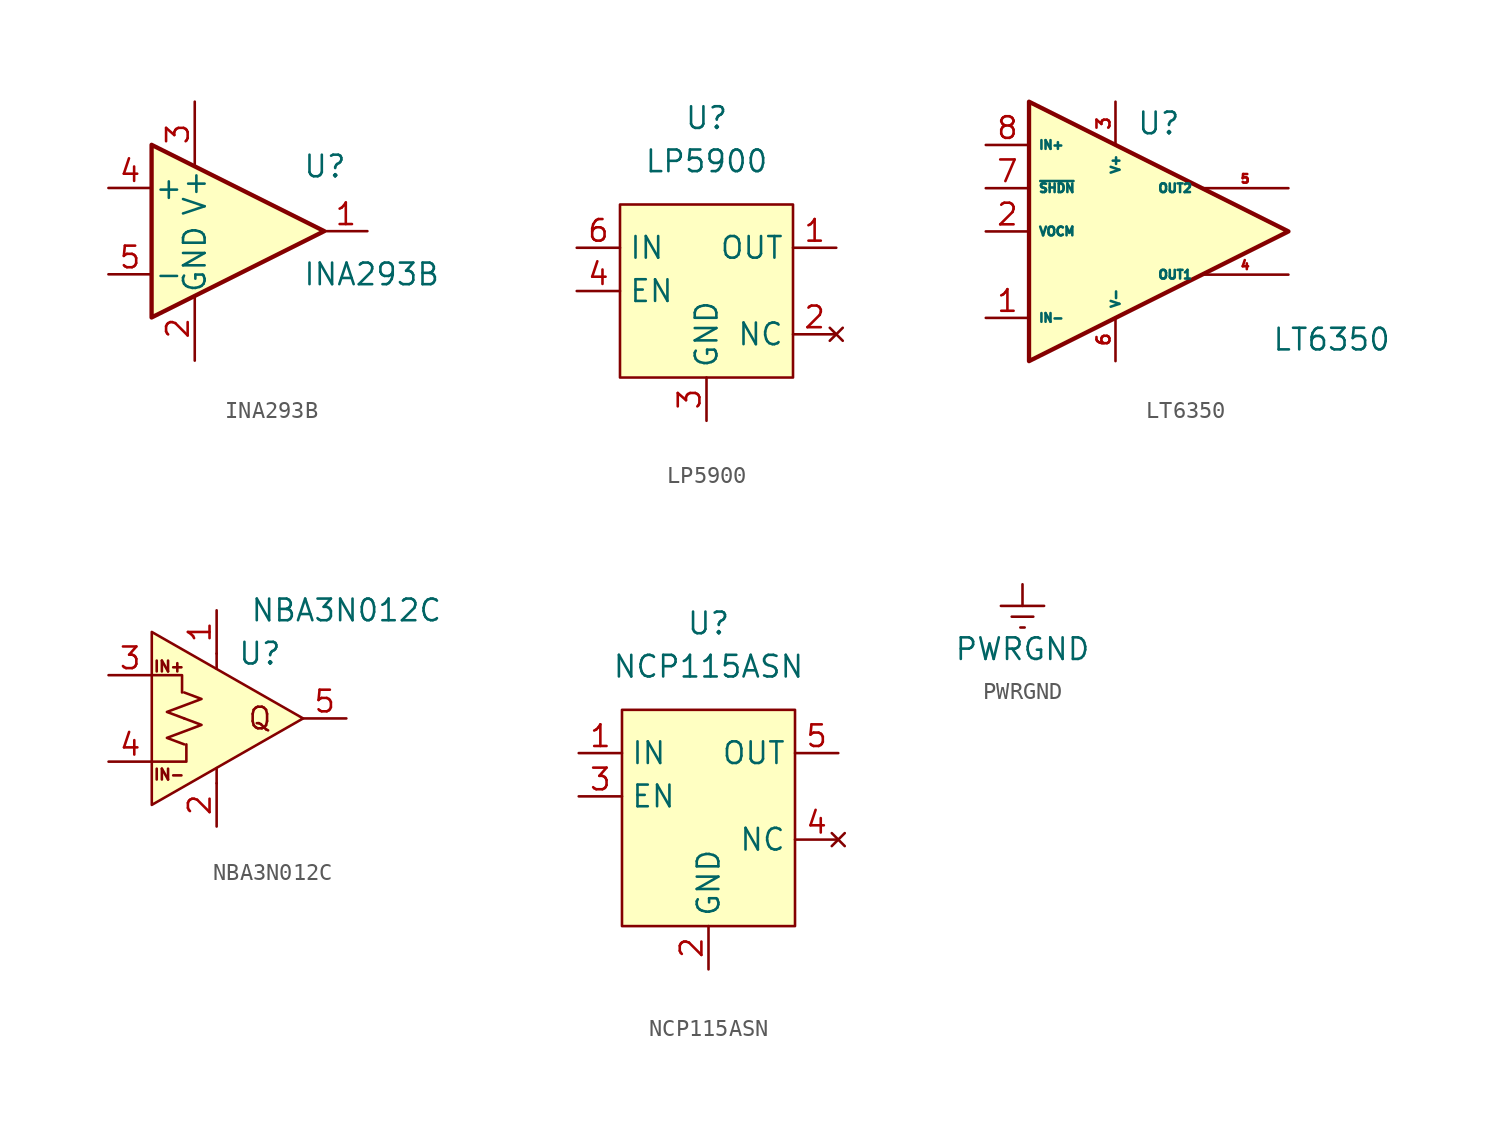
<source format=kicad_sym>
(kicad_symbol_lib
  (version 20211014)
  (generator kicad_symbol_editor)
  (symbol "INA293B"
    (pin_names
      (offset 0.127))
    (property "Reference" "U"
      (at 3.81 3.81 0)
      (effects (font (size 1.27 1.27)) (justify left)))
    (property "Value" "INA293B"
      (at 3.81 -2.54 0)
      (effects (font (size 1.27 1.27)) (justify left)))
    (symbol "INA293B_0_1"
      (polyline (pts (xy 5.08 0) (xy -5.08 5.08) (xy -5.08 -5.08) (xy 5.08 0)) (stroke (width 0.254) (type default) (color 0 0 0 0)) (fill (type background))))
    (symbol "INA293B_1_1"
      (pin output line (at 7.62 0 180) (length 2.54) (name "~" (effects (font (size 1.27 1.27)))) (number "1" (effects (font (size 1.27 1.27)))))
      (pin power_in line (at -2.54 -7.62 90) (length 3.81) (name "GND" (effects (font (size 1.27 1.27)))) (number "2" (effects (font (size 1.27 1.27)))))
      (pin power_in line (at -2.54 7.62 270) (length 3.81) (name "V+" (effects (font (size 1.27 1.27)))) (number "3" (effects (font (size 1.27 1.27)))))
      (pin input line (at -7.62 2.54 0) (length 2.54) (name "+" (effects (font (size 1.27 1.27)))) (number "4" (effects (font (size 1.27 1.27)))))
      (pin input line (at -7.62 -2.54 0) (length 2.54) (name "-" (effects (font (size 1.27 1.27)))) (number "5" (effects (font (size 1.27 1.27)))))))
  (symbol "LP5900"
    (property "Reference" "U"
      (at 0 5.08 0)
      (effects (font (size 1.27 1.27))))
    (property "Value" "LP5900"
      (at 0 2.54 0)
      (effects (font (size 1.27 1.27))))
    (symbol "LP5900_0_1"
      (rectangle (start -5.08 0) (end 5.08 -10.16) (stroke (width 0) (type default) (color 0 0 0 0)) (fill (type background))))
    (symbol "LP5900_1_1"
      (pin power_out line (at 7.62 -2.54 180) (length 2.54) (name "OUT" (effects (font (size 1.27 1.27)))) (number "1" (effects (font (size 1.27 1.27)))))
      (pin no_connect line (at 7.62 -7.62 180) (length 2.54) (name "NC" (effects (font (size 1.27 1.27)))) (number "2" (effects (font (size 1.27 1.27)))))
      (pin input line (at 0 -12.7 90) (length 2.54) (name "GND" (effects (font (size 1.27 1.27)))) (number "3" (effects (font (size 1.27 1.27)))))
      (pin input line (at -7.62 -5.08 0) (length 2.54) (name "EN" (effects (font (size 1.27 1.27)))) (number "4" (effects (font (size 1.27 1.27)))))
      (pin no_connect line (at 7.62 -7.62 180) (length 2.54) hide (name "NC" (effects (font (size 1.27 1.27)))) (number "5" (effects (font (size 1.27 1.27)))))
      (pin power_in line (at -7.62 -2.54 0) (length 2.54) (name "IN" (effects (font (size 1.27 1.27)))) (number "6" (effects (font (size 1.27 1.27)))))
      (pin input line (at 0 -12.7 90) (length 2.54) hide (name "GND" (effects (font (size 1.27 1.27)))) (number "7" (effects (font (size 1.27 1.27)))))))
  (symbol "LT6350"
    (property "Reference" "U"
      (at 0 6.35 0)
      (effects (font (size 1.27 1.27))))
    (property "Value" "LT6350"
      (at 10.16 -6.35 0)
      (effects (font (size 1.27 1.27))))
    (symbol "LT6350_1_1"
      (polyline (pts (xy -7.62 7.62) (xy -7.62 -7.62) (xy 7.62 0) (xy -7.62 7.62)) (stroke (width 0.254) (type default) (color 0 0 0 0)) (fill (type background)))
      (pin input line (at -10.16 -5.08 0) (length 2.54) (name "IN-" (effects (font (size 0.508 0.508)))) (number "1" (effects (font (size 1.27 1.27)))))
      (pin input line (at -10.16 0 0) (length 2.54) (name "VOCM" (effects (font (size 0.508 0.508)))) (number "2" (effects (font (size 1.27 1.27)))))
      (pin power_in line (at -2.54 7.62 270) (length 2.54) (name "V+" (effects (font (size 0.508 0.508)))) (number "3" (effects (font (size 0.762 0.762)))))
      (pin output line (at 7.62 -2.54 180) (length 5.08) (name "OUT1" (effects (font (size 0.508 0.508)))) (number "4" (effects (font (size 0.508 0.508)))))
      (pin output line (at 7.62 2.54 180) (length 5.08) (name "OUT2" (effects (font (size 0.508 0.508)))) (number "5" (effects (font (size 0.508 0.508)))))
      (pin input line (at -2.54 -7.62 90) (length 2.54) (name "V-" (effects (font (size 0.508 0.508)))) (number "6" (effects (font (size 0.762 0.762)))))
      (pin input line (at -10.16 2.54 0) (length 2.54) (name "~{SHDN}" (effects (font (size 0.508 0.508)))) (number "7" (effects (font (size 1.27 1.27)))))
      (pin input line (at -10.16 5.08 0) (length 2.54) (name "IN+" (effects (font (size 0.508 0.508)))) (number "8" (effects (font (size 1.27 1.27)))))
      (pin input line (at -2.54 -7.62 90) (length 2.54) hide (name "EP" (effects (font (size 0.508 0.508)))) (number "9" (effects (font (size 0.762 0.762)))))))
  (symbol "NBA3N012C"
    (property "Reference" "U"
      (at 2.54 2.54 0)
      (effects (font (size 1.27 1.27))))
    (property "Value" "NBA3N012C"
      (at 7.62 5.08 0)
      (effects (font (size 1.27 1.27))))
    (symbol "NBA3N012C_0_0"
      (polyline (pts (xy 0 -5.08) (xy 0 -4.191)) (stroke (width 0) (type default) (color 0 0 0 0)) (fill (type none)))
      (polyline (pts (xy 0 2.54) (xy 0 1.651)) (stroke (width 0) (type default) (color 0 0 0 0)) (fill (type none)))
      (polyline (pts (xy -2.032 0.254) (xy -2.032 1.27) (xy -3.81 1.27)) (stroke (width 0) (type default) (color 0 0 0 0)) (fill (type none)))
      (polyline (pts (xy -1.778 -2.794) (xy -1.778 -3.81) (xy -3.81 -3.81)) (stroke (width 0) (type default) (color 0 0 0 0)) (fill (type none)))
      (text "IN+" (at -2.794 1.778 0) (effects (font (size 0.635 0.635))))
      (text "IN-" (at -2.794 -4.572 0) (effects (font (size 0.635 0.635))))
      (text "Q" (at 2.54 -1.27 0) (effects (font (size 1.27 1.27)))))
    (symbol "NBA3N012C_0_1"
      (polyline (pts (xy -3.81 3.81) (xy -3.81 -6.35) (xy 5.08 -1.27) (xy -3.81 3.81)) (stroke (width 0) (type default) (color 0 0 0 0)) (fill (type background))))
    (symbol "NBA3N012C_1_1"
      (polyline (pts (xy -1.905 -1.27) (xy -0.889 -1.651) (xy -1.905 -2.032) (xy -2.921 -2.413) (xy -1.905 -2.794)) (stroke (width 0) (type default) (color 0 0 0 0)) (fill (type none)))
      (polyline (pts (xy -1.905 0.254) (xy -0.889 -0.127) (xy -1.905 -0.508) (xy -2.921 -0.889) (xy -1.905 -1.27)) (stroke (width 0) (type default) (color 0 0 0 0)) (fill (type none)))
      (pin input line (at 0 5.08 270) (length 2.54) (name "" (effects (font (size 1.27 1.27)))) (number "1" (effects (font (size 1.27 1.27)))))
      (pin input line (at 0 -7.62 90) (length 2.54) (name "" (effects (font (size 1.27 1.27)))) (number "2" (effects (font (size 1.27 1.27)))))
      (pin input line (at -6.35 1.27 0) (length 2.54) (name "" (effects (font (size 1.27 1.27)))) (number "3" (effects (font (size 1.27 1.27)))))
      (pin input line (at -6.35 -3.81 0) (length 2.54) (name "" (effects (font (size 1.27 1.27)))) (number "4" (effects (font (size 1.27 1.27)))))
      (pin input line (at 7.62 -1.27 180) (length 2.54) (name "" (effects (font (size 1.27 1.27)))) (number "5" (effects (font (size 1.27 1.27)))))))
  (symbol "NCP115ASN"
    (property "Reference" "U"
      (at 0 5.08 0)
      (effects (font (size 1.27 1.27))))
    (property "Value" "NCP115ASN"
      (at 0 2.54 0)
      (effects (font (size 1.27 1.27))))
    (symbol "NCP115ASN_0_1"
      (rectangle (start -5.08 0) (end 5.08 -12.7) (stroke (width 0) (type default) (color 0 0 0 0)) (fill (type background))))
    (symbol "NCP115ASN_1_1"
      (pin power_in line (at -7.62 -2.54 0) (length 2.54) (name "IN" (effects (font (size 1.27 1.27)))) (number "1" (effects (font (size 1.27 1.27)))))
      (pin power_in line (at 0 -15.24 90) (length 2.54) (name "GND" (effects (font (size 1.27 1.27)))) (number "2" (effects (font (size 1.27 1.27)))))
      (pin input line (at -7.62 -5.08 0) (length 2.54) (name "EN" (effects (font (size 1.27 1.27)))) (number "3" (effects (font (size 1.27 1.27)))))
      (pin no_connect line (at 7.62 -7.62 180) (length 2.54) (name "NC" (effects (font (size 1.27 1.27)))) (number "4" (effects (font (size 1.27 1.27)))))
      (pin power_out line (at 7.62 -2.54 180) (length 2.54) (name "OUT" (effects (font (size 1.27 1.27)))) (number "5" (effects (font (size 1.27 1.27)))))))
  (symbol "PWRGND"
    (power)
    (pin_names
      (offset 0))
    (property "Reference" "#PWR"
      (at 0 -6.35 0)
      (effects (font (size 1.27 1.27)) hide))
    (property "Value" "PWRGND"
      (at 0 -3.81 0)
      (effects (font (size 1.27 1.27))))
    (symbol "PWRGND_0_1"
      (polyline (pts (xy -0.635 -1.905) (xy 0.635 -1.905)) (stroke (width 0) (type default) (color 0 0 0 0)) (fill (type none)))
      (polyline (pts (xy -0.127 -2.54) (xy 0.127 -2.54)) (stroke (width 0) (type default) (color 0 0 0 0)) (fill (type none)))
      (polyline (pts (xy 0 -1.27) (xy 0 0)) (stroke (width 0) (type default) (color 0 0 0 0)) (fill (type none)))
      (polyline (pts (xy 1.27 -1.27) (xy -1.27 -1.27)) (stroke (width 0) (type default) (color 0 0 0 0)) (fill (type none))))
    (symbol "PWRGND_1_1"
      (pin power_in line (at 0 0 270) (length 0) hide (name "PWRGND" (effects (font (size 1.27 1.27)))) (number "1" (effects (font (size 1.27 1.27))))))))
</source>
